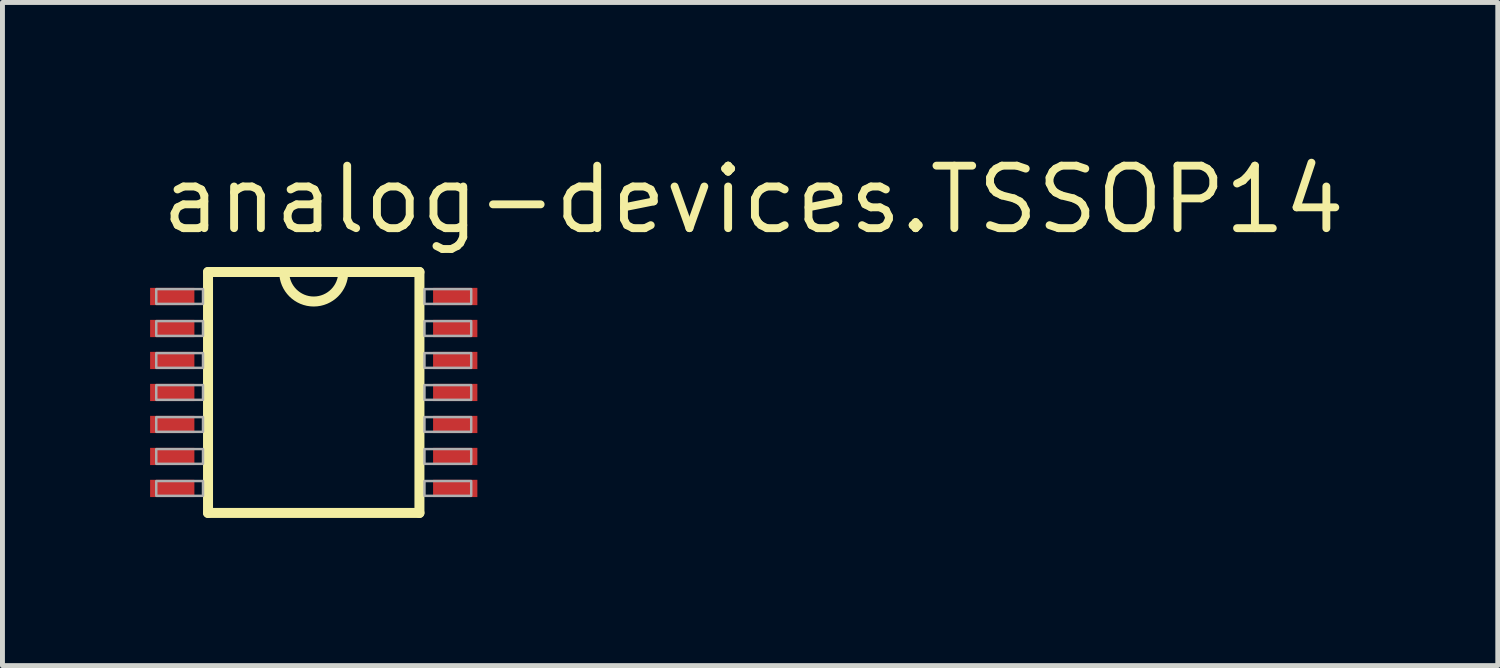
<source format=kicad_pcb>
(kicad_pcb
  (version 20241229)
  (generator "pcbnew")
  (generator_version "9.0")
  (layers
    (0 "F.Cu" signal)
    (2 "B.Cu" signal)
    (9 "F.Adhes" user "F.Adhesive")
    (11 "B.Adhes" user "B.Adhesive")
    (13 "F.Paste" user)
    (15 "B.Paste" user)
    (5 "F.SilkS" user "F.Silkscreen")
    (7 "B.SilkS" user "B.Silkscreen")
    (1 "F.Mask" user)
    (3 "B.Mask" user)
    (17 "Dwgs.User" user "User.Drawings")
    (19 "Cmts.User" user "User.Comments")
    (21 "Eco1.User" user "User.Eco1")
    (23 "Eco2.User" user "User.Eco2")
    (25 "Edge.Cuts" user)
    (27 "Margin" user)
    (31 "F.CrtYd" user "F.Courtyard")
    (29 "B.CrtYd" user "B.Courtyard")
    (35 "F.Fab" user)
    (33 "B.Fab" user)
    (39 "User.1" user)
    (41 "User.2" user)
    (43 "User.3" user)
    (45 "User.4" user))
  (footprint "analog-devices.TSSOP14"
    (layer "F.Cu")
    (at 3.325 4.925)
    (property "Reference" "analog-devices.TSSOP14" (at -3.175 -3.175 0) (layer "F.SilkS") (effects (font (size 1.27 1.27) (thickness 0.16)) (justify left bottom)))
    (attr smd)
    (fp_line (start -2.148 -2.448) (end -2.148 2.448) (stroke (width 0.203) (type default)) (layer "F.SilkS"))
    (fp_line (start -2.148 2.448) (end 2.148 2.448) (stroke (width 0.203) (type default)) (layer "F.SilkS"))
    (fp_line (start 2.148 -2.448) (end -2.148 -2.448) (stroke (width 0.203) (type default)) (layer "F.SilkS"))
    (fp_line (start 2.148 2.448) (end 2.148 -2.448) (stroke (width 0.203) (type default)) (layer "F.SilkS"))
    (fp_arc (start 0.6 -2.4484) (mid 0 -1.8484) (end -0.6 -2.4484) (stroke (width 0.2032) (type default)) (layer "F.SilkS"))
    (fp_rect (start -3.2 -1.8) (end -2.25 -2.1) (stroke (width 0.05) (type default)) (fill no) (layer "F.Fab"))
    (fp_rect (start -3.2 -1.15) (end -2.25 -1.45) (stroke (width 0.05) (type default)) (fill no) (layer "F.Fab"))
    (fp_rect (start -3.2 -0.5) (end -2.25 -0.8) (stroke (width 0.05) (type default)) (fill no) (layer "F.Fab"))
    (fp_rect (start -3.2 0.15) (end -2.25 -0.15) (stroke (width 0.05) (type default)) (fill no) (layer "F.Fab"))
    (fp_rect (start -3.2 0.8) (end -2.25 0.5) (stroke (width 0.05) (type default)) (fill no) (layer "F.Fab"))
    (fp_rect (start -3.2 1.45) (end -2.25 1.15) (stroke (width 0.05) (type default)) (fill no) (layer "F.Fab"))
    (fp_rect (start -3.2 2.1) (end -2.25 1.8) (stroke (width 0.05) (type default)) (fill no) (layer "F.Fab"))
    (fp_rect (start 2.25 -1.8) (end 3.2 -2.1) (stroke (width 0.05) (type default)) (fill no) (layer "F.Fab"))
    (fp_rect (start 2.25 -1.15) (end 3.2 -1.45) (stroke (width 0.05) (type default)) (fill no) (layer "F.Fab"))
    (fp_rect (start 2.25 -0.5) (end 3.2 -0.8) (stroke (width 0.05) (type default)) (fill no) (layer "F.Fab"))
    (fp_rect (start 2.25 0.15) (end 3.2 -0.15) (stroke (width 0.05) (type default)) (fill no) (layer "F.Fab"))
    (fp_rect (start 2.25 0.8) (end 3.2 0.5) (stroke (width 0.05) (type default)) (fill no) (layer "F.Fab"))
    (fp_rect (start 2.25 1.45) (end 3.2 1.15) (stroke (width 0.05) (type default)) (fill no) (layer "F.Fab"))
    (fp_rect (start 2.25 2.1) (end 3.2 1.8) (stroke (width 0.05) (type default)) (fill no) (layer "F.Fab"))
    (pad "1" smd roundrect (at -2.875 -1.95) (size 0.9 0.35) (layers "F.Cu" "F.Mask" "F.Paste") (roundrect_rratio 0.01))
    (pad "2" smd roundrect (at -2.875 -1.3) (size 0.9 0.35) (layers "F.Cu" "F.Mask" "F.Paste") (roundrect_rratio 0.01))
    (pad "3" smd roundrect (at -2.875 -0.65) (size 0.9 0.35) (layers "F.Cu" "F.Mask" "F.Paste") (roundrect_rratio 0.01))
    (pad "4" smd roundrect (at -2.875 0) (size 0.9 0.35) (layers "F.Cu" "F.Mask" "F.Paste") (roundrect_rratio 0.01))
    (pad "5" smd roundrect (at -2.875 0.65) (size 0.9 0.35) (layers "F.Cu" "F.Mask" "F.Paste") (roundrect_rratio 0.01))
    (pad "6" smd roundrect (at -2.875 1.3) (size 0.9 0.35) (layers "F.Cu" "F.Mask" "F.Paste") (roundrect_rratio 0.01))
    (pad "7" smd roundrect (at -2.875 1.95) (size 0.9 0.35) (layers "F.Cu" "F.Mask" "F.Paste") (roundrect_rratio 0.01))
    (pad "8" smd roundrect (at 2.875 1.95) (size 0.9 0.35) (layers "F.Cu" "F.Mask" "F.Paste") (roundrect_rratio 0.01))
    (pad "9" smd roundrect (at 2.875 1.3) (size 0.9 0.35) (layers "F.Cu" "F.Mask" "F.Paste") (roundrect_rratio 0.01))
    (pad "10" smd roundrect (at 2.875 0.65) (size 0.9 0.35) (layers "F.Cu" "F.Mask" "F.Paste") (roundrect_rratio 0.01))
    (pad "11" smd roundrect (at 2.875 0) (size 0.9 0.35) (layers "F.Cu" "F.Mask" "F.Paste") (roundrect_rratio 0.01))
    (pad "12" smd roundrect (at 2.875 -0.65) (size 0.9 0.35) (layers "F.Cu" "F.Mask" "F.Paste") (roundrect_rratio 0.01))
    (pad "13" smd roundrect (at 2.875 -1.3) (size 0.9 0.35) (layers "F.Cu" "F.Mask" "F.Paste") (roundrect_rratio 0.01))
    (pad "14" smd roundrect (at 2.875 -1.95) (size 0.9 0.35) (layers "F.Cu" "F.Mask" "F.Paste") (roundrect_rratio 0.01)))
  (gr_rect
    (start -3 -3)
    (end 27.385 10.475)
    (stroke (width 0.1) (type default))
    (fill no)
    (layer "Edge.Cuts")))
</source>
